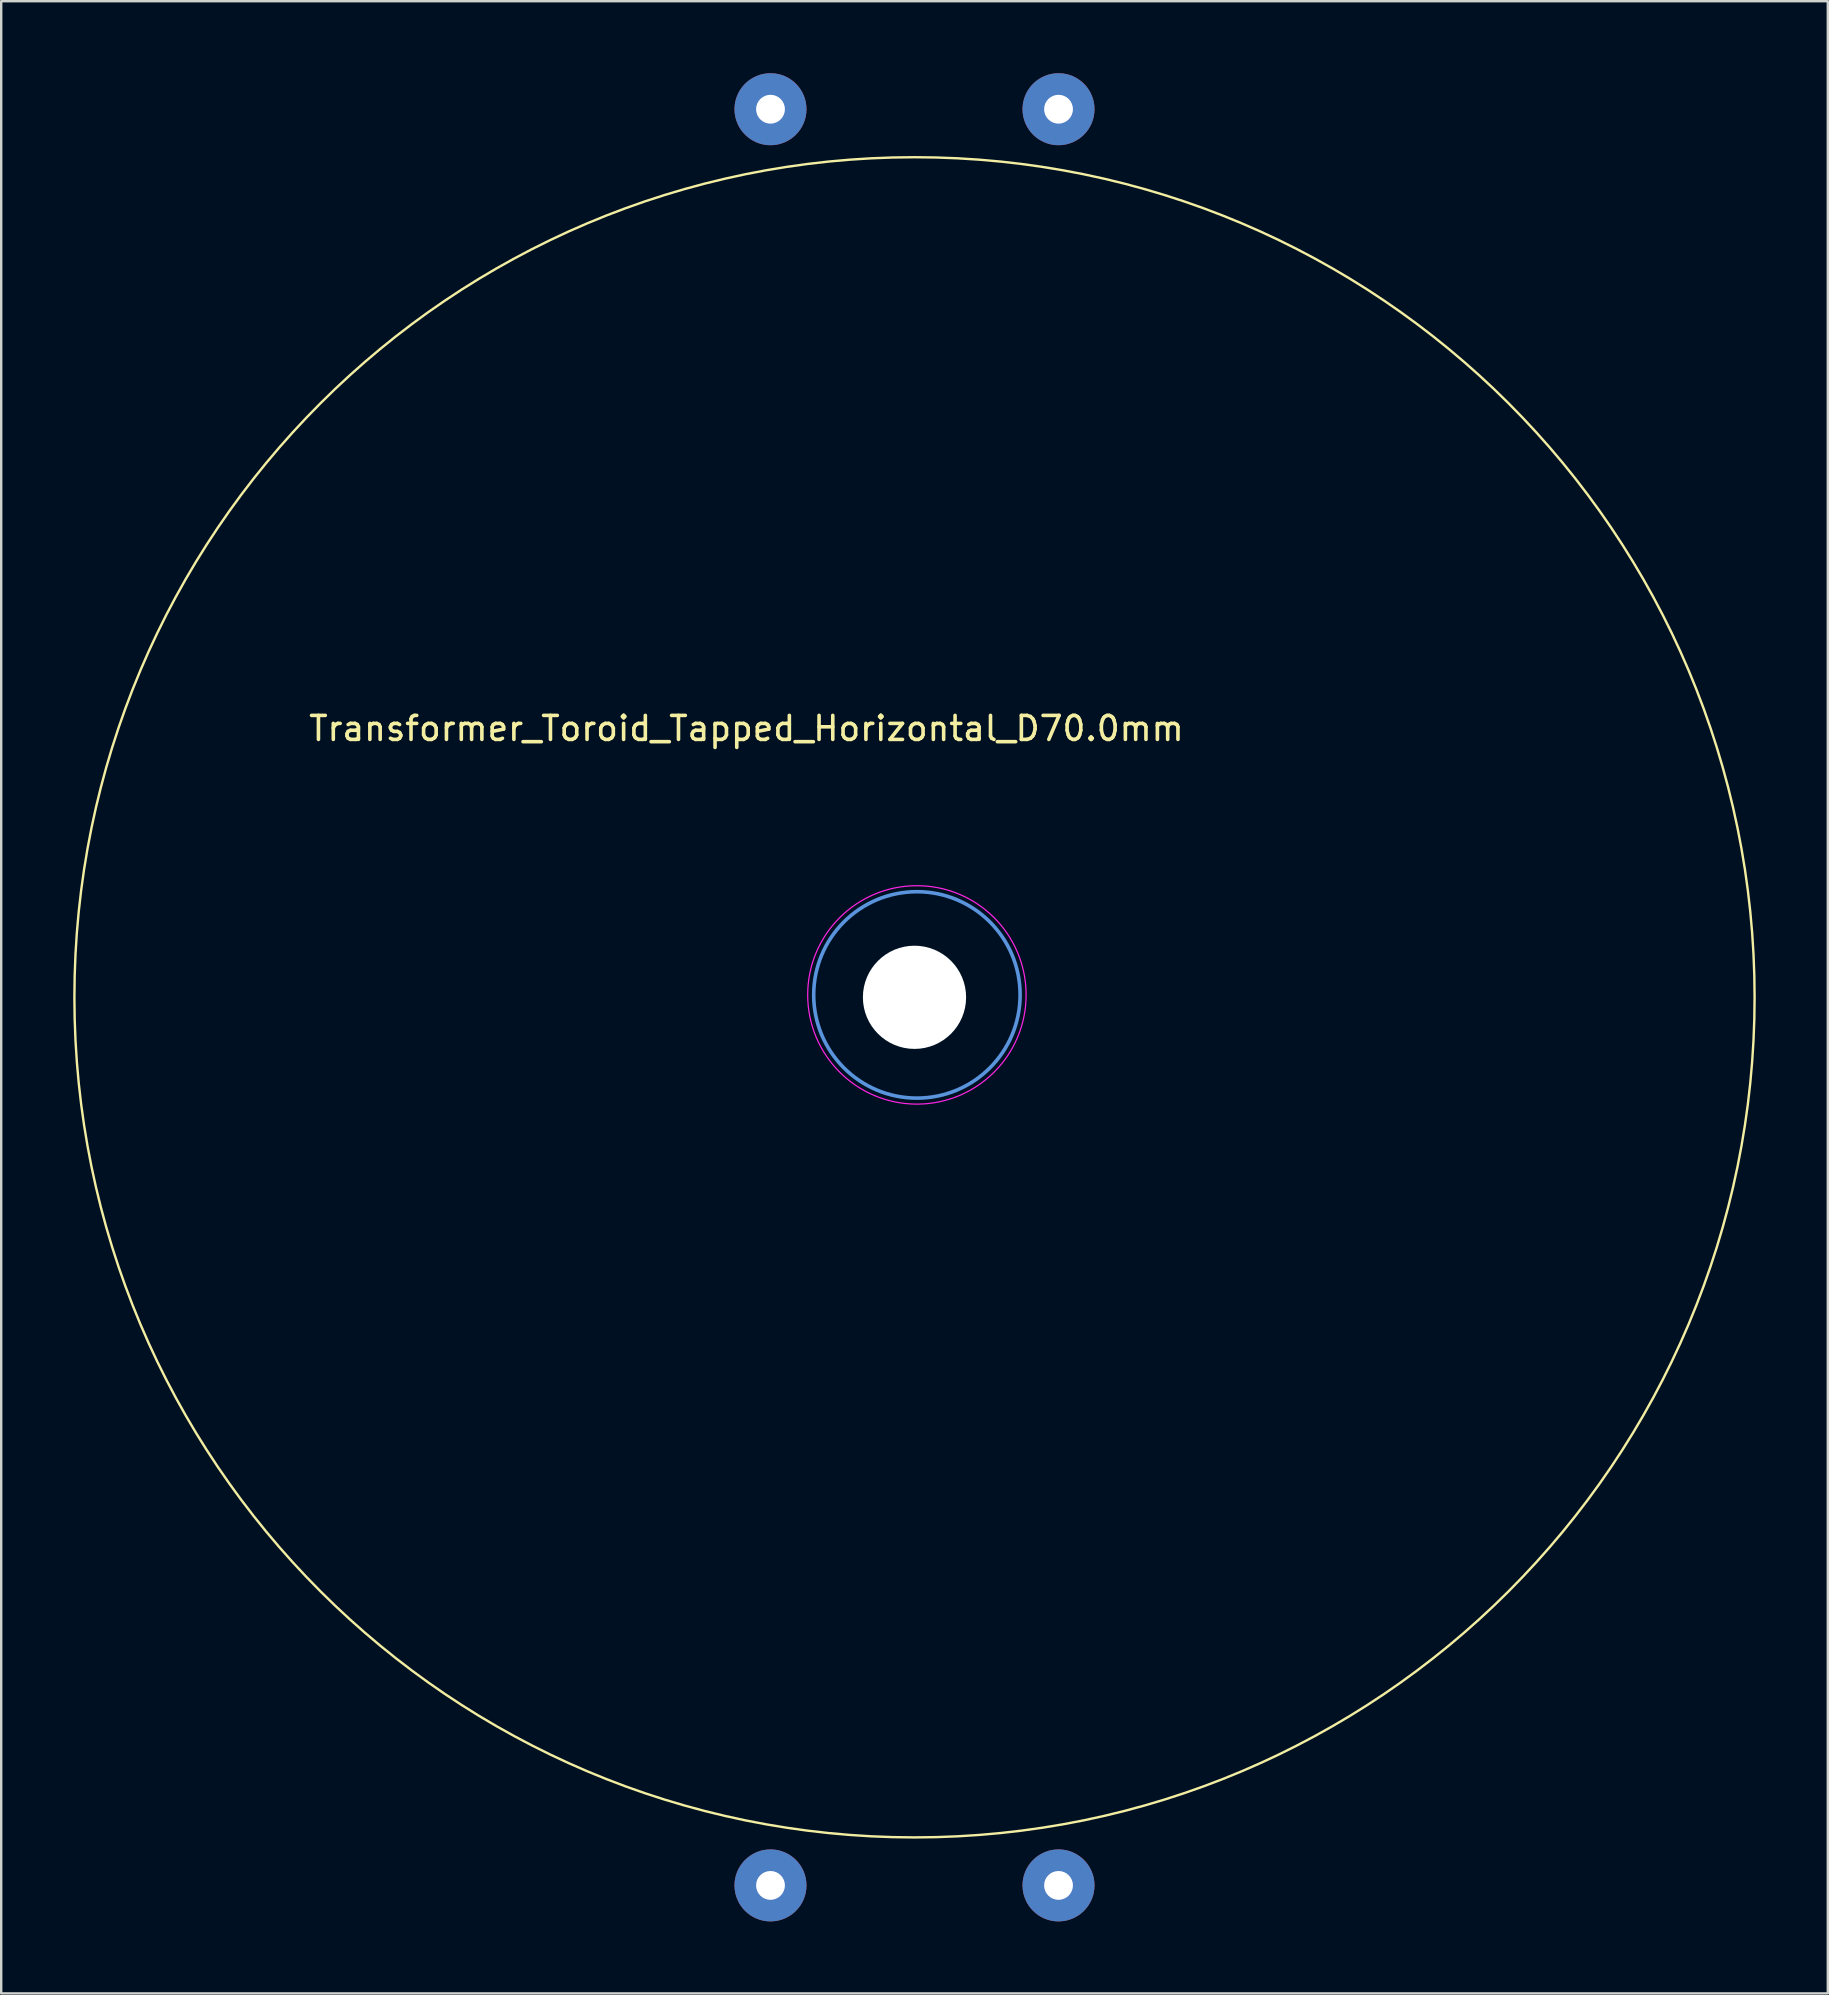
<source format=kicad_pcb>
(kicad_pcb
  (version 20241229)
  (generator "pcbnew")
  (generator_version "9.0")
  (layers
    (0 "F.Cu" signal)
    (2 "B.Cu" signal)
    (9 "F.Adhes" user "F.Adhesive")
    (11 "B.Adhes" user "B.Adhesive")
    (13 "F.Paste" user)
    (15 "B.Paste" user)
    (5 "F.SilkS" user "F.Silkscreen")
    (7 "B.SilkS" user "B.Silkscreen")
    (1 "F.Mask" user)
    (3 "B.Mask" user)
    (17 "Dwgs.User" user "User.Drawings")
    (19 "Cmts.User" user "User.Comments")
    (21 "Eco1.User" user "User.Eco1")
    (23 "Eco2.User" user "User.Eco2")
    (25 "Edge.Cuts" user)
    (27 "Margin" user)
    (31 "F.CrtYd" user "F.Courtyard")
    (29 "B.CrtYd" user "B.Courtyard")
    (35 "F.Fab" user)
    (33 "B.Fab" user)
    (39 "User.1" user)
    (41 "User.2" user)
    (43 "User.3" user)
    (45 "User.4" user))
  (footprint "Transformer_Toroid_Tapped_Horizontal_D70.0mm"
    (layer "F.Cu")
    (at 35.05 38.5)
    (property "Reference" "Transformer_Toroid_Tapped_Horizontal_D70.0mm" (at -7 -11.2 0) (layer "F.SilkS") (effects (font (size 1 1) (thickness 0.15))))
    (attr through_hole)
    (fp_circle (center 0 0) (end 35 0) (stroke (width 0.1) (type solid)) (fill no) (layer "F.SilkS"))
    (fp_circle (center 0.1 -0.1) (end 4.4 -0.1) (stroke (width 0.15) (type solid)) (fill no) (layer "Cmts.User"))
    (fp_circle (center 0.1 -0.1) (end 4.65 -0.1) (stroke (width 0.05) (type solid)) (fill no) (layer "F.CrtYd"))
    (pad "" np_thru_hole circle (at 0 0) (size 4.3 4.3) (drill 4.3) (layers "*.Cu" "*.Mask"))
    (pad "1" thru_hole circle (at -6 37) (size 3 3) (drill 1.2) (layers "*.Cu" "*.Mask"))
    (pad "2" thru_hole circle (at 6 37) (size 3 3) (drill 1.2) (layers "*.Cu" "*.Mask"))
    (pad "3" thru_hole circle (at -6 -37) (size 3 3) (drill 1.2) (layers "*.Cu" "*.Mask"))
    (pad "4" thru_hole circle (at 6 -37) (size 3 3) (drill 1.2) (layers "*.Cu" "*.Mask")))
  (gr_rect
    (start -3 -3)
    (end 73.1 80)
    (stroke (width 0.1) (type default))
    (fill no)
    (layer "Edge.Cuts")))
</source>
